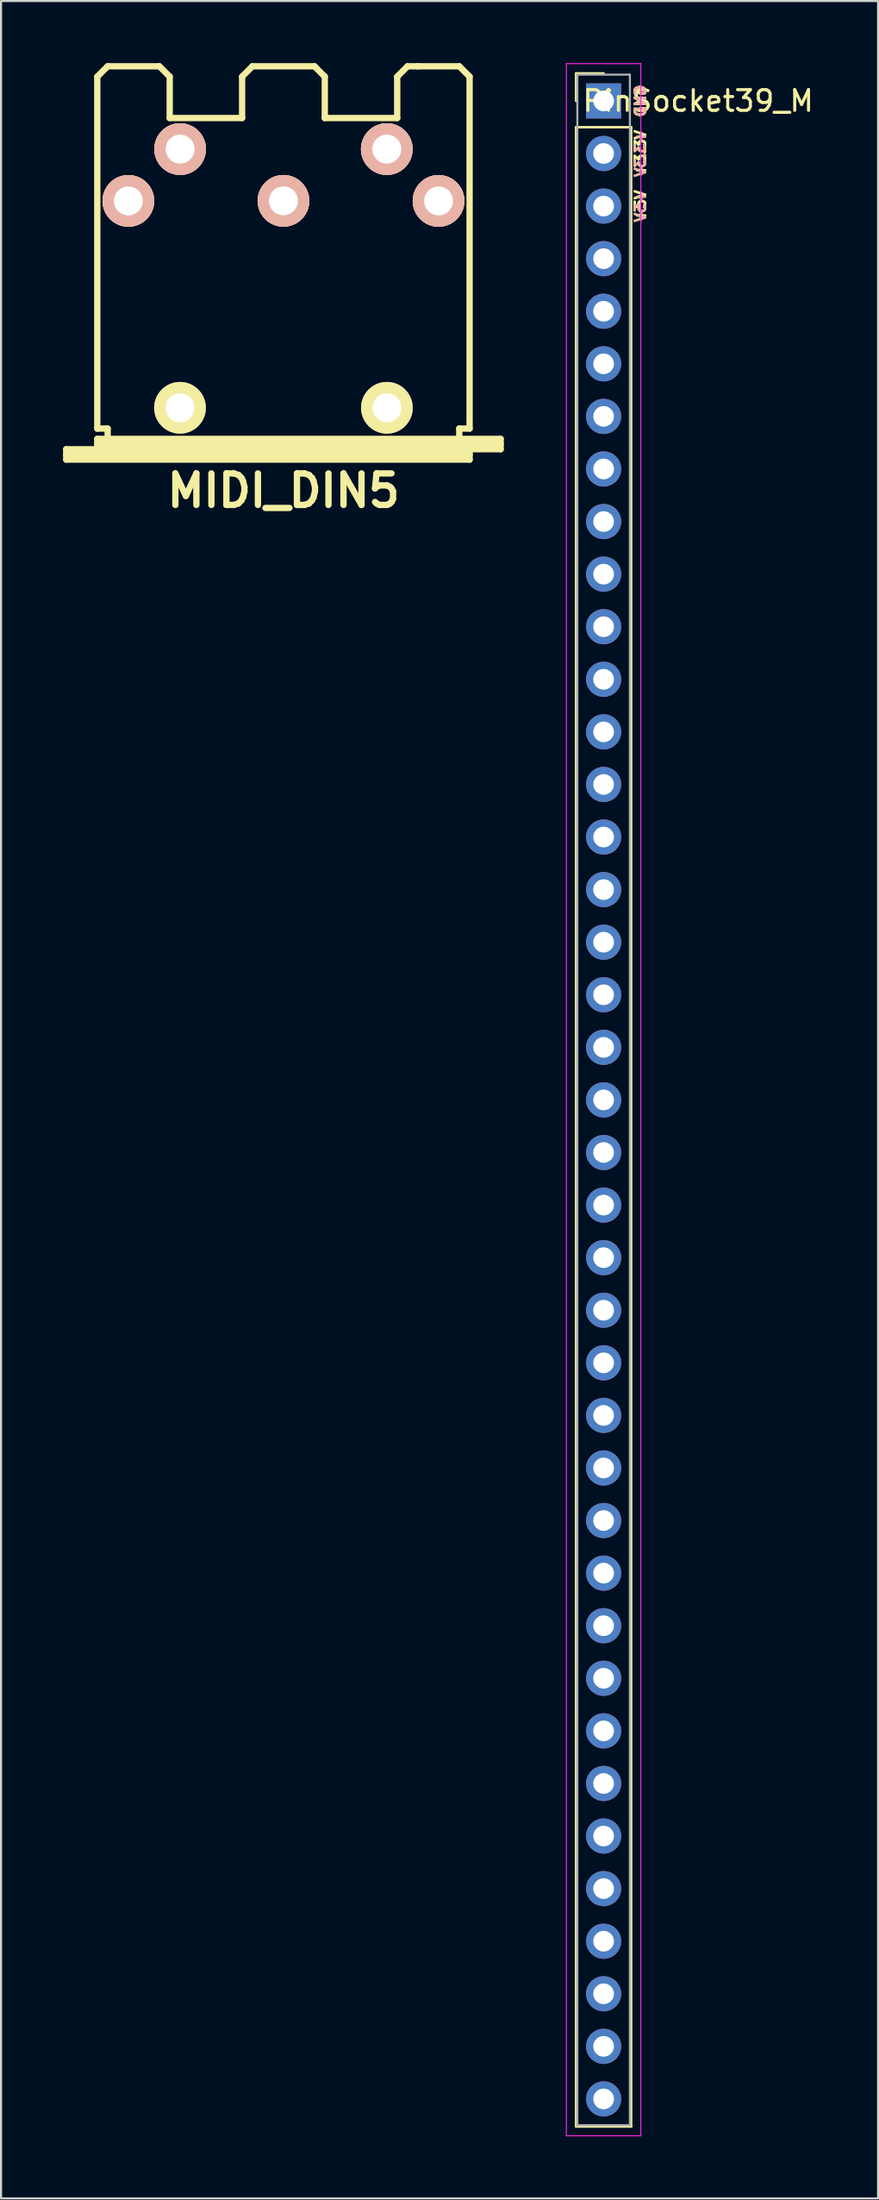
<source format=kicad_pcb>
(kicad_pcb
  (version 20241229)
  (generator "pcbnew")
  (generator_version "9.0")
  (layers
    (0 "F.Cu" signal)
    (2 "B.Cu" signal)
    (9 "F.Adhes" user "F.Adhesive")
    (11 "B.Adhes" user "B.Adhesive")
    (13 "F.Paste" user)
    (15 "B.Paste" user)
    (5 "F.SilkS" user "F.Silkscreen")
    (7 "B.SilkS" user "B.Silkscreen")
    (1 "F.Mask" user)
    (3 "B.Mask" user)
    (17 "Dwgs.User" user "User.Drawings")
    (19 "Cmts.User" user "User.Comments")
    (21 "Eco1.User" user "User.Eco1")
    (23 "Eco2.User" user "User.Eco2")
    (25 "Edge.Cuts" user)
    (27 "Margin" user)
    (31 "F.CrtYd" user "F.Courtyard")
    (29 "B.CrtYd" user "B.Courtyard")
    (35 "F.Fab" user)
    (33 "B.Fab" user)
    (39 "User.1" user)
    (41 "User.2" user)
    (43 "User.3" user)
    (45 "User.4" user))
  (footprint "PinSocket39_M"
    (layer "F.Cu")
    (at 26.131 1.825)
    (property "Reference" "PinSocket39_M" (at 4.572 0 0) (layer "F.SilkS") (effects (font (size 1 1) (thickness 0.15))))
    (attr through_hole)
    (fp_line (start -1.33 -1.33) (end 0 -1.33) (stroke (width 0.12) (type solid)) (layer "F.SilkS"))
    (fp_line (start -1.33 0) (end -1.33 -1.33) (stroke (width 0.12) (type solid)) (layer "F.SilkS"))
    (fp_line (start -1.33 1.27) (end -1.33 97.85) (stroke (width 0.12) (type solid)) (layer "F.SilkS"))
    (fp_line (start -1.33 97.85) (end 1.33 97.85) (stroke (width 0.12) (type solid)) (layer "F.SilkS"))
    (fp_line (start 1.33 1.27) (end -1.33 1.27) (stroke (width 0.12) (type solid)) (layer "F.SilkS"))
    (fp_line (start 1.33 97.85) (end 1.33 1.27) (stroke (width 0.12) (type solid)) (layer "F.SilkS"))
    (fp_line (start -1.8 -1.8) (end -1.8 98.3) (stroke (width 0.05) (type solid)) (layer "F.CrtYd"))
    (fp_line (start -1.8 98.3) (end 1.8 98.3) (stroke (width 0.05) (type solid)) (layer "F.CrtYd"))
    (fp_line (start 1.8 -1.8) (end -1.8 -1.8) (stroke (width 0.05) (type solid)) (layer "F.CrtYd"))
    (fp_line (start 1.8 98.3) (end 1.8 -1.8) (stroke (width 0.05) (type solid)) (layer "F.CrtYd"))
    (fp_line (start -1.27 -1.27) (end -1.27 97.79) (stroke (width 0.1) (type solid)) (layer "F.Fab"))
    (fp_line (start -1.27 97.79) (end 1.27 97.79) (stroke (width 0.1) (type solid)) (layer "F.Fab"))
    (fp_line (start 1.27 -1.27) (end -1.27 -1.27) (stroke (width 0.1) (type solid)) (layer "F.Fab"))
    (fp_line (start 1.27 97.79) (end 1.27 -1.27) (stroke (width 0.1) (type solid)) (layer "F.Fab"))
    (fp_text user "GND" (at 1.778 0 90) (layer "F.SilkS") (effects (font (size 0.5 0.5) (thickness 0.125))))
    (fp_text user "+3.3V" (at 1.778 2.54 90) (layer "F.SilkS") (effects (font (size 0.5 0.5) (thickness 0.125))))
    (fp_text user "+5V" (at 1.778 5.08 270) (layer "F.SilkS") (effects (font (size 0.5 0.5) (thickness 0.125))))
    (fp_text user "GND" (at 1.778 0 90) (layer "B.SilkS") (effects (font (size 0.5 0.5) (thickness 0.125)) (justify mirror)))
    (fp_text user "+3.3V" (at 1.778 2.54 90) (layer "B.SilkS") (effects (font (size 0.5 0.5) (thickness 0.125)) (justify mirror)))
    (fp_text user "+5V" (at 1.778 5.08 270) (layer "B.SilkS") (effects (font (size 0.5 0.5) (thickness 0.125)) (justify mirror)))
    (pad "1" thru_hole rect (at 0 0) (size 1.7 1.7) (drill 1) (layers "*.Cu" "*.Mask"))
    (pad "2" thru_hole oval (at 0 2.54) (size 1.7 1.7) (drill 1) (layers "*.Cu" "*.Mask"))
    (pad "3" thru_hole oval (at 0 5.08) (size 1.7 1.7) (drill 1) (layers "*.Cu" "*.Mask"))
    (pad "4" thru_hole oval (at 0 7.62) (size 1.7 1.7) (drill 1) (layers "*.Cu" "*.Mask"))
    (pad "5" thru_hole oval (at 0 10.16) (size 1.7 1.7) (drill 1) (layers "*.Cu" "*.Mask"))
    (pad "6" thru_hole oval (at 0 12.7) (size 1.7 1.7) (drill 1) (layers "*.Cu" "*.Mask"))
    (pad "7" thru_hole oval (at 0 15.24) (size 1.7 1.7) (drill 1) (layers "*.Cu" "*.Mask"))
    (pad "8" thru_hole oval (at 0 17.78) (size 1.7 1.7) (drill 1) (layers "*.Cu" "*.Mask"))
    (pad "9" thru_hole oval (at 0 20.32) (size 1.7 1.7) (drill 1) (layers "*.Cu" "*.Mask"))
    (pad "10" thru_hole oval (at 0 22.86) (size 1.7 1.7) (drill 1) (layers "*.Cu" "*.Mask"))
    (pad "11" thru_hole oval (at 0 25.4) (size 1.7 1.7) (drill 1) (layers "*.Cu" "*.Mask"))
    (pad "12" thru_hole oval (at 0 27.94) (size 1.7 1.7) (drill 1) (layers "*.Cu" "*.Mask"))
    (pad "13" thru_hole oval (at 0 30.48) (size 1.7 1.7) (drill 1) (layers "*.Cu" "*.Mask"))
    (pad "14" thru_hole oval (at 0 33.02) (size 1.7 1.7) (drill 1) (layers "*.Cu" "*.Mask"))
    (pad "15" thru_hole oval (at 0 35.56) (size 1.7 1.7) (drill 1) (layers "*.Cu" "*.Mask"))
    (pad "16" thru_hole oval (at 0 38.1) (size 1.7 1.7) (drill 1) (layers "*.Cu" "*.Mask"))
    (pad "17" thru_hole oval (at 0 40.64) (size 1.7 1.7) (drill 1) (layers "*.Cu" "*.Mask"))
    (pad "18" thru_hole oval (at 0 43.18) (size 1.7 1.7) (drill 1) (layers "*.Cu" "*.Mask"))
    (pad "19" thru_hole oval (at 0 45.72) (size 1.7 1.7) (drill 1) (layers "*.Cu" "*.Mask"))
    (pad "20" thru_hole oval (at 0 48.26) (size 1.7 1.7) (drill 1) (layers "*.Cu" "*.Mask"))
    (pad "21" thru_hole oval (at 0 50.8) (size 1.7 1.7) (drill 1) (layers "*.Cu" "*.Mask"))
    (pad "22" thru_hole oval (at 0 53.34) (size 1.7 1.7) (drill 1) (layers "*.Cu" "*.Mask"))
    (pad "23" thru_hole oval (at 0 55.88) (size 1.7 1.7) (drill 1) (layers "*.Cu" "*.Mask"))
    (pad "24" thru_hole oval (at 0 58.42) (size 1.7 1.7) (drill 1) (layers "*.Cu" "*.Mask"))
    (pad "25" thru_hole oval (at 0 60.96) (size 1.7 1.7) (drill 1) (layers "*.Cu" "*.Mask"))
    (pad "26" thru_hole oval (at 0 63.5) (size 1.7 1.7) (drill 1) (layers "*.Cu" "*.Mask"))
    (pad "27" thru_hole oval (at 0 66.04) (size 1.7 1.7) (drill 1) (layers "*.Cu" "*.Mask"))
    (pad "28" thru_hole oval (at 0 68.58) (size 1.7 1.7) (drill 1) (layers "*.Cu" "*.Mask"))
    (pad "29" thru_hole oval (at 0 71.12) (size 1.7 1.7) (drill 1) (layers "*.Cu" "*.Mask"))
    (pad "30" thru_hole oval (at 0 73.66) (size 1.7 1.7) (drill 1) (layers "*.Cu" "*.Mask"))
    (pad "31" thru_hole oval (at 0 76.2) (size 1.7 1.7) (drill 1) (layers "*.Cu" "*.Mask"))
    (pad "32" thru_hole oval (at 0 78.74) (size 1.7 1.7) (drill 1) (layers "*.Cu" "*.Mask"))
    (pad "33" thru_hole oval (at 0 81.28) (size 1.7 1.7) (drill 1) (layers "*.Cu" "*.Mask"))
    (pad "34" thru_hole oval (at 0 83.82) (size 1.7 1.7) (drill 1) (layers "*.Cu" "*.Mask"))
    (pad "35" thru_hole oval (at 0 86.36) (size 1.7 1.7) (drill 1) (layers "*.Cu" "*.Mask"))
    (pad "36" thru_hole oval (at 0 88.9) (size 1.7 1.7) (drill 1) (layers "*.Cu" "*.Mask"))
    (pad "37" thru_hole oval (at 0 91.44) (size 1.7 1.7) (drill 1) (layers "*.Cu" "*.Mask"))
    (pad "38" thru_hole oval (at 0 93.98) (size 1.7 1.7) (drill 1) (layers "*.Cu" "*.Mask"))
    (pad "39" thru_hole oval (at 0 96.52) (size 1.7 1.7) (drill 1) (layers "*.Cu" "*.Mask")))
  (footprint "MIDI_DIN5"
    (layer "F.Cu")
    (at 10.653 9.652)
    (property "Reference" "MIDI_DIN5" (at 0 11.001 0) (layer "F.SilkS") (effects (font (size 1.524 1.524) (thickness 0.305))))
    (attr through_hole)
    (fp_line (start -10.5 8.999) (end -8.999 8.999) (stroke (width 0.305) (type solid)) (layer "F.SilkS"))
    (fp_line (start -10.5 9.251) (end 8.999 9.251) (stroke (width 0.305) (type solid)) (layer "F.SilkS"))
    (fp_line (start -10.5 9.5) (end -10.5 8.999) (stroke (width 0.305) (type solid)) (layer "F.SilkS"))
    (fp_line (start -8.999 -8.999) (end -8.999 8.001) (stroke (width 0.305) (type solid)) (layer "F.SilkS"))
    (fp_line (start -8.999 -8.999) (end -8.499 -9.5) (stroke (width 0.305) (type solid)) (layer "F.SilkS"))
    (fp_line (start -8.999 8.001) (end -8.499 8.001) (stroke (width 0.305) (type solid)) (layer "F.SilkS"))
    (fp_line (start -8.999 8.499) (end 10.5 8.499) (stroke (width 0.305) (type solid)) (layer "F.SilkS"))
    (fp_line (start -8.999 8.75) (end 10.5 8.75) (stroke (width 0.305) (type solid)) (layer "F.SilkS"))
    (fp_line (start -8.999 8.999) (end -8.999 8.499) (stroke (width 0.305) (type solid)) (layer "F.SilkS"))
    (fp_line (start -8.499 -9.5) (end -5.999 -9.5) (stroke (width 0.305) (type solid)) (layer "F.SilkS"))
    (fp_line (start -8.499 8.001) (end -8.499 8.499) (stroke (width 0.305) (type solid)) (layer "F.SilkS"))
    (fp_line (start -5.999 -9.5) (end -5.499 -8.999) (stroke (width 0.305) (type solid)) (layer "F.SilkS"))
    (fp_line (start -5.499 -8.999) (end -5.499 -7) (stroke (width 0.305) (type solid)) (layer "F.SilkS"))
    (fp_line (start -5.499 -7) (end -1.999 -7) (stroke (width 0.305) (type solid)) (layer "F.SilkS"))
    (fp_line (start -1.999 -8.999) (end -1.999 -7) (stroke (width 0.305) (type solid)) (layer "F.SilkS"))
    (fp_line (start -1.501 -9.5) (end -1.999 -8.999) (stroke (width 0.305) (type solid)) (layer "F.SilkS"))
    (fp_line (start -1.501 -9.5) (end 1.501 -9.5) (stroke (width 0.305) (type solid)) (layer "F.SilkS"))
    (fp_line (start 1.501 -9.5) (end 1.999 -8.999) (stroke (width 0.305) (type solid)) (layer "F.SilkS"))
    (fp_line (start 1.999 -8.999) (end 1.999 -7) (stroke (width 0.305) (type solid)) (layer "F.SilkS"))
    (fp_line (start 5.499 -8.999) (end 5.499 -7) (stroke (width 0.305) (type solid)) (layer "F.SilkS"))
    (fp_line (start 5.499 -7) (end 1.999 -7) (stroke (width 0.305) (type solid)) (layer "F.SilkS"))
    (fp_line (start 5.999 -9.5) (end 5.499 -8.999) (stroke (width 0.305) (type solid)) (layer "F.SilkS"))
    (fp_line (start 6.5 -9.5) (end 5.999 -9.5) (stroke (width 0.305) (type solid)) (layer "F.SilkS"))
    (fp_line (start 8.499 -9.5) (end 6.5 -9.5) (stroke (width 0.305) (type solid)) (layer "F.SilkS"))
    (fp_line (start 8.499 8.499) (end 8.499 8.001) (stroke (width 0.305) (type solid)) (layer "F.SilkS"))
    (fp_line (start 8.999 -8.999) (end 8.499 -9.5) (stroke (width 0.305) (type solid)) (layer "F.SilkS"))
    (fp_line (start 8.999 -8.999) (end 8.999 8.001) (stroke (width 0.305) (type solid)) (layer "F.SilkS"))
    (fp_line (start 8.999 8.001) (end 8.499 8.001) (stroke (width 0.305) (type solid)) (layer "F.SilkS"))
    (fp_line (start 8.999 8.999) (end -8.999 8.999) (stroke (width 0.305) (type solid)) (layer "F.SilkS"))
    (fp_line (start 8.999 8.999) (end 8.999 9.5) (stroke (width 0.305) (type solid)) (layer "F.SilkS"))
    (fp_line (start 8.999 9.5) (end -10.5 9.5) (stroke (width 0.305) (type solid)) (layer "F.SilkS"))
    (fp_line (start 10.5 8.499) (end 10.5 8.999) (stroke (width 0.305) (type solid)) (layer "F.SilkS"))
    (fp_line (start 10.5 8.999) (end 8.999 8.999) (stroke (width 0.305) (type solid)) (layer "F.SilkS"))
    (pad "" np_thru_hole circle (at -5.001 6.998) (size 2.499 2.499) (drill 1.397) (layers "*.Cu" "*.Mask" "F.SilkS"))
    (pad "" np_thru_hole circle (at 5.001 6.998) (size 2.499 2.499) (drill 1.397) (layers "*.Cu" "*.Mask" "F.SilkS"))
    (pad "1" thru_hole circle (at 7.498 -2.997) (size 2.499 2.499) (drill 1.397) (layers "*.Cu" "*.SilkS" "*.Mask"))
    (pad "2" thru_hole circle (at 0 -3) (size 2.499 2.499) (drill 1.397) (layers "*.Cu" "*.SilkS" "*.Mask"))
    (pad "3" thru_hole circle (at -7.498 -2.997) (size 2.499 2.499) (drill 1.397) (layers "*.Cu" "*.SilkS" "*.Mask"))
    (pad "4" thru_hole circle (at 4.996 -5.499) (size 2.499 2.499) (drill 1.397) (layers "*.Cu" "*.SilkS" "*.Mask"))
    (pad "5" thru_hole circle (at -4.996 -5.499) (size 2.499 2.499) (drill 1.397) (layers "*.Cu" "*.SilkS" "*.Mask")))
  (gr_rect
    (start -3 -3)
    (end 39.399 103.15)
    (stroke (width 0.1) (type default))
    (fill no)
    (layer "Edge.Cuts")))
</source>
